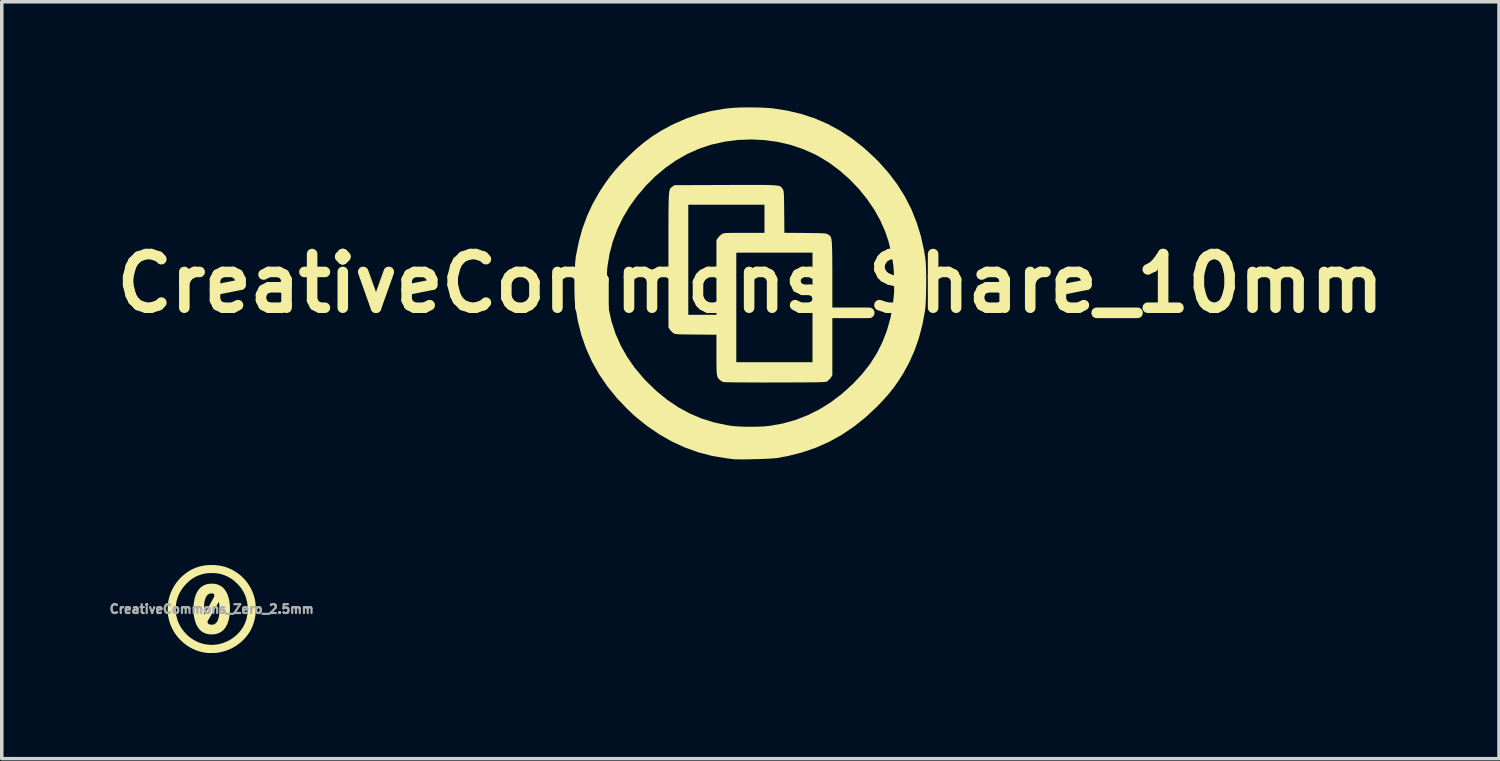
<source format=kicad_pcb>
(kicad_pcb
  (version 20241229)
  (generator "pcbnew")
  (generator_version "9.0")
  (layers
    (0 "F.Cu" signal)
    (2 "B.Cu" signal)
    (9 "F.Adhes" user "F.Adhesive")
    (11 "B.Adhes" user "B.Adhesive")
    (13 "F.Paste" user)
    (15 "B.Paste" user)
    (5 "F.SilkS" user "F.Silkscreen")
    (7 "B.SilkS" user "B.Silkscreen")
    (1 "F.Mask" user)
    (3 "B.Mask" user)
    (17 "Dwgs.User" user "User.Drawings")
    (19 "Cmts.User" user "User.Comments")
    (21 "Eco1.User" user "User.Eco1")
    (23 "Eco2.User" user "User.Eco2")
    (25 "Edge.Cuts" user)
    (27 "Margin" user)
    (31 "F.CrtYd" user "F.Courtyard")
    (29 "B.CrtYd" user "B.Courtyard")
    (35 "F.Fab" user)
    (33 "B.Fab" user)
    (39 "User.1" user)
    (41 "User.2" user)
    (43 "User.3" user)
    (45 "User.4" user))
  (footprint "CreativeCommons_Share_10mm"
    (layer "F.Cu")
    (at 18.259 4.999)
    (property "Reference" "CreativeCommons_Share_10mm" (at 0 0 0) (layer "F.SilkS") (effects (font (size 1.524 1.524) (thickness 0.3))))
    (attr board_only exclude_from_pos_files exclude_from_bom)
    (fp_poly (pts (xy 0.188 -2.798) (xy 0.338 -2.797) (xy 0.464 -2.796) (xy 0.567 -2.793) (xy 0.651 -2.789) (xy 0.718 -2.784) (xy 0.77 -2.778) (xy 0.809 -2.77) (xy 0.839 -2.76) (xy 0.861 -2.748) (xy 0.877 -2.734) (xy 0.891 -2.717) (xy 0.904 -2.698) (xy 0.914 -2.684) (xy 0.925 -2.668) (xy 0.934 -2.65) (xy 0.941 -2.626) (xy 0.946 -2.593) (xy 0.95 -2.547) (xy 0.953 -2.483) (xy 0.956 -2.398) (xy 0.957 -2.287) (xy 0.959 -2.147) (xy 0.96 -2.033) (xy 0.965 -1.438) (xy 1.56 -1.433) (xy 1.723 -1.431) (xy 1.853 -1.429) (xy 1.955 -1.428) (xy 2.033 -1.425) (xy 2.091 -1.422) (xy 2.132 -1.418) (xy 2.162 -1.412) (xy 2.183 -1.404) (xy 2.2 -1.395) (xy 2.211 -1.387) (xy 2.23 -1.374) (xy 2.246 -1.364) (xy 2.26 -1.352) (xy 2.272 -1.338) (xy 2.283 -1.319) (xy 2.293 -1.293) (xy 2.301 -1.258) (xy 2.307 -1.212) (xy 2.313 -1.153) (xy 2.317 -1.079) (xy 2.32 -0.987) (xy 2.323 -0.877) (xy 2.325 -0.745) (xy 2.326 -0.589) (xy 2.327 -0.408) (xy 2.327 -0.2) (xy 2.327 0.038) (xy 2.327 0.308) (xy 2.327 0.611) (xy 2.327 0.696) (xy 2.327 2.613) (xy 2.286 2.673) (xy 2.245 2.724) (xy 2.198 2.768) (xy 2.194 2.771) (xy 2.184 2.778) (xy 2.173 2.784) (xy 2.158 2.789) (xy 2.136 2.794) (xy 2.106 2.798) (xy 2.065 2.801) (xy 2.009 2.803) (xy 1.938 2.805) (xy 1.848 2.807) (xy 1.737 2.808) (xy 1.603 2.809) (xy 1.443 2.81) (xy 1.254 2.811) (xy 1.035 2.812) (xy 0.782 2.812) (xy 0.712 2.812) (xy 0.486 2.813) (xy 0.27 2.813) (xy 0.066 2.812) (xy -0.122 2.811) (xy -0.292 2.81) (xy -0.441 2.809) (xy -0.566 2.807) (xy -0.664 2.805) (xy -0.732 2.803) (xy -0.767 2.8) (xy -0.771 2.8) (xy -0.822 2.775) (xy -0.868 2.742) (xy -0.893 2.717) (xy -0.914 2.693) (xy -0.93 2.665) (xy -0.942 2.629) (xy -0.951 2.582) (xy -0.957 2.519) (xy -0.961 2.436) (xy -0.963 2.329) (xy -0.963 2.236) (xy -0.4 2.236) (xy 1.764 2.236) (xy 1.764 -0.873) (xy -0.4 -0.873) (xy -0.4 2.236) (xy -0.963 2.236) (xy -0.964 2.194) (xy -0.964 2.03) (xy -0.964 1.457) (xy -1.553 1.451) (xy -1.716 1.45) (xy -1.846 1.448) (xy -1.947 1.446) (xy -2.025 1.443) (xy -2.082 1.44) (xy -2.123 1.435) (xy -2.151 1.429) (xy -2.171 1.422) (xy -2.188 1.412) (xy -2.194 1.407) (xy -2.24 1.365) (xy -2.283 1.314) (xy -2.286 1.309) (xy -2.327 1.249) (xy -2.327 0.891) (xy -1.764 0.891) (xy -0.964 0.891) (xy -0.964 -1.231) (xy -0.922 -1.292) (xy -0.878 -1.345) (xy -0.824 -1.392) (xy -0.82 -1.395) (xy -0.802 -1.406) (xy -0.783 -1.416) (xy -0.76 -1.423) (xy -0.728 -1.428) (xy -0.682 -1.432) (xy -0.62 -1.434) (xy -0.536 -1.435) (xy -0.426 -1.436) (xy -0.288 -1.436) (xy -0.179 -1.436) (xy 0.4 -1.436) (xy 0.4 -2.236) (xy -1.764 -2.236) (xy -1.764 0.891) (xy -2.327 0.891) (xy -2.327 -0.668) (xy -2.327 -0.981) (xy -2.327 -1.259) (xy -2.327 -1.505) (xy -2.327 -1.721) (xy -2.326 -1.909) (xy -2.325 -2.071) (xy -2.323 -2.208) (xy -2.321 -2.324) (xy -2.318 -2.421) (xy -2.314 -2.499) (xy -2.309 -2.562) (xy -2.302 -2.611) (xy -2.295 -2.648) (xy -2.286 -2.676) (xy -2.275 -2.697) (xy -2.263 -2.712) (xy -2.249 -2.724) (xy -2.234 -2.735) (xy -2.216 -2.747) (xy -2.211 -2.75) (xy -2.155 -2.791) (xy -0.703 -2.796) (xy -0.432 -2.797) (xy -0.194 -2.797) (xy 0.011 -2.798)) (stroke (width 0) (type solid)) (fill yes) (layer "F.SilkS"))
    (fp_poly (pts (xy 0.034 -4.999) (xy 0.207 -4.996) (xy 0.372 -4.991) (xy 0.519 -4.982) (xy 0.636 -4.972) (xy 1.052 -4.907) (xy 1.449 -4.812) (xy 1.831 -4.686) (xy 2.197 -4.528) (xy 2.549 -4.337) (xy 2.889 -4.113) (xy 3.217 -3.855) (xy 3.536 -3.563) (xy 3.648 -3.45) (xy 3.927 -3.137) (xy 4.173 -2.81) (xy 4.387 -2.468) (xy 4.57 -2.11) (xy 4.721 -1.733) (xy 4.843 -1.338) (xy 4.934 -0.923) (xy 4.967 -0.718) (xy 4.977 -0.628) (xy 4.984 -0.509) (xy 4.989 -0.367) (xy 4.992 -0.208) (xy 4.993 -0.04) (xy 4.991 0.13) (xy 4.988 0.297) (xy 4.983 0.454) (xy 4.976 0.593) (xy 4.967 0.708) (xy 4.958 0.782) (xy 4.883 1.179) (xy 4.785 1.551) (xy 4.662 1.903) (xy 4.513 2.238) (xy 4.348 2.543) (xy 4.207 2.766) (xy 4.057 2.977) (xy 3.89 3.182) (xy 3.7 3.39) (xy 3.583 3.51) (xy 3.262 3.809) (xy 2.93 4.073) (xy 2.586 4.303) (xy 2.228 4.501) (xy 1.856 4.666) (xy 1.468 4.799) (xy 1.062 4.902) (xy 0.76 4.957) (xy 0.699 4.964) (xy 0.61 4.97) (xy 0.499 4.977) (xy 0.373 4.982) (xy 0.236 4.987) (xy 0.096 4.991) (xy -0.043 4.994) (xy -0.173 4.996) (xy -0.29 4.996) (xy -0.387 4.995) (xy -0.458 4.993) (xy -0.491 4.989) (xy -0.529 4.984) (xy -0.592 4.976) (xy -0.669 4.966) (xy -0.7 4.962) (xy -1.094 4.896) (xy -1.481 4.795) (xy -1.859 4.659) (xy -2.228 4.489) (xy -2.585 4.286) (xy -2.93 4.051) (xy -3.262 3.784) (xy -3.488 3.574) (xy -3.792 3.255) (xy -4.061 2.923) (xy -4.297 2.579) (xy -4.498 2.221) (xy -4.666 1.849) (xy -4.801 1.463) (xy -4.902 1.064) (xy -4.97 0.65) (xy -4.983 0.54) (xy -4.99 0.433) (xy -4.995 0.301) (xy -4.997 0.149) (xy -4.997 -0.013) (xy -4.996 -0.087) (xy -4.088 -0.087) (xy -4.078 0.288) (xy -4.074 0.336) (xy -4.024 0.717) (xy -3.943 1.08) (xy -3.83 1.428) (xy -3.683 1.761) (xy -3.503 2.081) (xy -3.29 2.389) (xy -3.042 2.685) (xy -2.947 2.786) (xy -2.658 3.064) (xy -2.358 3.307) (xy -2.048 3.516) (xy -1.724 3.692) (xy -1.388 3.835) (xy -1.036 3.945) (xy -0.668 4.024) (xy -0.531 4.045) (xy -0.411 4.057) (xy -0.263 4.065) (xy -0.1 4.07) (xy 0.07 4.07) (xy 0.237 4.066) (xy 0.39 4.059) (xy 0.52 4.047) (xy 0.54 4.045) (xy 0.913 3.979) (xy 1.274 3.879) (xy 1.621 3.745) (xy 1.957 3.578) (xy 2.281 3.376) (xy 2.593 3.14) (xy 2.894 2.869) (xy 2.928 2.836) (xy 3.181 2.564) (xy 3.401 2.282) (xy 3.588 1.987) (xy 3.744 1.678) (xy 3.872 1.352) (xy 3.88 1.327) (xy 3.978 0.977) (xy 4.045 0.615) (xy 4.081 0.246) (xy 4.086 -0.125) (xy 4.061 -0.494) (xy 4.005 -0.855) (xy 3.919 -1.205) (xy 3.826 -1.479) (xy 3.685 -1.797) (xy 3.511 -2.106) (xy 3.307 -2.404) (xy 3.077 -2.687) (xy 2.823 -2.952) (xy 2.55 -3.194) (xy 2.26 -3.412) (xy 1.956 -3.6) (xy 1.809 -3.677) (xy 1.476 -3.823) (xy 1.128 -3.938) (xy 0.768 -4.021) (xy 0.4 -4.071) (xy 0.027 -4.089) (xy -0.348 -4.075) (xy -0.722 -4.027) (xy -1.09 -3.946) (xy -1.135 -3.934) (xy -1.468 -3.822) (xy -1.793 -3.676) (xy -2.107 -3.497) (xy -2.408 -3.287) (xy -2.695 -3.047) (xy -2.964 -2.779) (xy -3.215 -2.484) (xy -3.429 -2.189) (xy -3.621 -1.869) (xy -3.781 -1.534) (xy -3.909 -1.185) (xy -4.003 -0.826) (xy -4.062 -0.459) (xy -4.088 -0.087) (xy -4.996 -0.087) (xy -4.994 -0.179) (xy -4.989 -0.342) (xy -4.981 -0.494) (xy -4.972 -0.627) (xy -4.961 -0.735) (xy -4.956 -0.771) (xy -4.876 -1.173) (xy -4.772 -1.551) (xy -4.641 -1.91) (xy -4.482 -2.254) (xy -4.293 -2.588) (xy -4.201 -2.731) (xy -4.099 -2.88) (xy -4.005 -3.01) (xy -3.911 -3.13) (xy -3.812 -3.248) (xy -3.7 -3.37) (xy -3.57 -3.504) (xy -3.501 -3.574) (xy -3.257 -3.806) (xy -3.016 -4.009) (xy -2.771 -4.188) (xy -2.514 -4.349) (xy -2.238 -4.497) (xy -2.173 -4.529) (xy -1.827 -4.681) (xy -1.479 -4.802) (xy -1.123 -4.894) (xy -0.75 -4.959) (xy -0.564 -4.981) (xy -0.446 -4.99) (xy -0.301 -4.996) (xy -0.138 -4.999)) (stroke (width 0) (type solid)) (fill yes) (layer "F.SilkS")))
  (footprint "CreativeCommons_Zero_2.5mm"
    (layer "F.Cu")
    (at 2.962 14.245)
    (property "Reference" "CreativeCommons_Zero_2.5mm" (at 0 0 0) (layer "F.Fab") (effects (font (size 0.25 0.25) (thickness 0.3))))
    (attr board_only exclude_from_pos_files exclude_from_bom)
    (fp_poly (pts (xy 0.044 -0.719) (xy 0.082 -0.716) (xy 0.116 -0.71) (xy 0.15 -0.702) (xy 0.18 -0.691) (xy 0.233 -0.668) (xy 0.281 -0.639) (xy 0.324 -0.603) (xy 0.364 -0.56) (xy 0.399 -0.511) (xy 0.429 -0.455) (xy 0.456 -0.394) (xy 0.478 -0.325) (xy 0.495 -0.251) (xy 0.509 -0.17) (xy 0.51 -0.158) (xy 0.513 -0.127) (xy 0.515 -0.091) (xy 0.516 -0.05) (xy 0.517 -0.007) (xy 0.517 0.036) (xy 0.516 0.078) (xy 0.514 0.116) (xy 0.511 0.149) (xy 0.51 0.158) (xy 0.498 0.239) (xy 0.481 0.313) (xy 0.461 0.381) (xy 0.436 0.443) (xy 0.406 0.498) (xy 0.393 0.519) (xy 0.357 0.568) (xy 0.317 0.609) (xy 0.274 0.644) (xy 0.226 0.672) (xy 0.174 0.693) (xy 0.118 0.709) (xy 0.111 0.711) (xy 0.078 0.716) (xy 0.041 0.719) (xy 0.002 0.721) (xy -0.035 0.72) (xy -0.057 0.719) (xy -0.117 0.71) (xy -0.174 0.694) (xy -0.226 0.672) (xy -0.274 0.643) (xy -0.318 0.608) (xy -0.358 0.567) (xy -0.394 0.518) (xy -0.425 0.464) (xy -0.452 0.403) (xy -0.46 0.379) (xy -0.119 0.379) (xy -0.112 0.397) (xy -0.098 0.414) (xy -0.088 0.421) (xy -0.07 0.432) (xy -0.051 0.439) (xy -0.031 0.443) (xy -0.007 0.444) (xy 0.006 0.444) (xy 0.026 0.443) (xy 0.04 0.441) (xy 0.052 0.439) (xy 0.065 0.434) (xy 0.072 0.431) (xy 0.1 0.414) (xy 0.126 0.391) (xy 0.149 0.364) (xy 0.156 0.352) (xy 0.169 0.327) (xy 0.181 0.295) (xy 0.192 0.26) (xy 0.202 0.222) (xy 0.207 0.195) (xy 0.211 0.166) (xy 0.214 0.131) (xy 0.217 0.091) (xy 0.218 0.048) (xy 0.219 0.004) (xy 0.218 -0.041) (xy 0.217 -0.084) (xy 0.215 -0.125) (xy 0.212 -0.161) (xy 0.208 -0.191) (xy 0.208 -0.193) (xy 0.207 -0.196) (xy 0.206 -0.198) (xy 0.205 -0.199) (xy 0.203 -0.197) (xy 0.2 -0.194) (xy 0.196 -0.188) (xy 0.19 -0.18) (xy 0.182 -0.168) (xy 0.173 -0.152) (xy 0.161 -0.132) (xy 0.146 -0.107) (xy 0.129 -0.078) (xy 0.109 -0.043) (xy 0.085 -0.002) (xy 0.058 0.045) (xy 0.051 0.057) (xy 0.026 0.099) (xy 0.003 0.139) (xy -0.019 0.177) (xy -0.039 0.213) (xy -0.058 0.245) (xy -0.074 0.273) (xy -0.088 0.297) (xy -0.099 0.316) (xy -0.106 0.329) (xy -0.11 0.336) (xy -0.111 0.337) (xy -0.119 0.359) (xy -0.119 0.379) (xy -0.46 0.379) (xy -0.475 0.336) (xy -0.493 0.263) (xy -0.507 0.184) (xy -0.51 0.156) (xy -0.513 0.123) (xy -0.516 0.084) (xy -0.517 0.041) (xy -0.517 0.035) (xy -0.217 0.035) (xy -0.217 0.065) (xy -0.217 0.092) (xy -0.216 0.116) (xy -0.215 0.134) (xy -0.214 0.146) (xy -0.214 0.15) (xy -0.21 0.162) (xy -0.203 0.15) (xy -0.2 0.145) (xy -0.194 0.133) (xy -0.184 0.116) (xy -0.172 0.094) (xy -0.157 0.067) (xy -0.141 0.036) (xy -0.122 0.002) (xy -0.102 -0.034) (xy -0.081 -0.073) (xy -0.073 -0.088) (xy -0.052 -0.127) (xy -0.031 -0.166) (xy -0.012 -0.201) (xy 0.006 -0.235) (xy 0.023 -0.265) (xy 0.036 -0.29) (xy 0.048 -0.311) (xy 0.056 -0.327) (xy 0.061 -0.337) (xy 0.062 -0.338) (xy 0.072 -0.362) (xy 0.075 -0.383) (xy 0.071 -0.403) (xy 0.062 -0.42) (xy 0.053 -0.431) (xy 0.044 -0.439) (xy 0.032 -0.443) (xy 0.016 -0.445) (xy -0.005 -0.445) (xy -0.012 -0.444) (xy -0.048 -0.439) (xy -0.08 -0.427) (xy -0.109 -0.408) (xy -0.134 -0.383) (xy -0.156 -0.351) (xy -0.175 -0.312) (xy -0.191 -0.265) (xy -0.204 -0.212) (xy -0.212 -0.17) (xy -0.213 -0.158) (xy -0.214 -0.14) (xy -0.215 -0.116) (xy -0.216 -0.089) (xy -0.216 -0.06) (xy -0.217 -0.028) (xy -0.217 0.004) (xy -0.217 0.035) (xy -0.517 0.035) (xy -0.517 -0.004) (xy -0.517 -0.048) (xy -0.515 -0.091) (xy -0.513 -0.129) (xy -0.51 -0.156) (xy -0.498 -0.237) (xy -0.481 -0.313) (xy -0.46 -0.382) (xy -0.435 -0.444) (xy -0.405 -0.501) (xy -0.371 -0.551) (xy -0.333 -0.595) (xy -0.29 -0.632) (xy -0.243 -0.663) (xy -0.192 -0.687) (xy -0.181 -0.691) (xy -0.147 -0.702) (xy -0.113 -0.711) (xy -0.079 -0.716) (xy -0.041 -0.719) (xy 0 -0.72)) (stroke (width 0) (type solid)) (fill yes) (layer "F.SilkS"))
    (fp_poly (pts (xy 0.059 -1.25) (xy 0.093 -1.248) (xy 0.122 -1.247) (xy 0.124 -1.246) (xy 0.217 -1.235) (xy 0.306 -1.217) (xy 0.392 -1.194) (xy 0.475 -1.163) (xy 0.557 -1.127) (xy 0.561 -1.125) (xy 0.646 -1.079) (xy 0.727 -1.026) (xy 0.803 -0.968) (xy 0.874 -0.904) (xy 0.94 -0.835) (xy 1.001 -0.762) (xy 1.055 -0.684) (xy 1.104 -0.602) (xy 1.146 -0.517) (xy 1.181 -0.428) (xy 1.209 -0.337) (xy 1.219 -0.297) (xy 1.227 -0.263) (xy 1.233 -0.233) (xy 1.237 -0.205) (xy 1.241 -0.178) (xy 1.244 -0.15) (xy 1.246 -0.12) (xy 1.247 -0.087) (xy 1.248 -0.049) (xy 1.248 -0.005) (xy 1.248 0) (xy 1.248 0.038) (xy 1.248 0.069) (xy 1.247 0.095) (xy 1.247 0.116) (xy 1.246 0.134) (xy 1.244 0.15) (xy 1.243 0.165) (xy 1.241 0.181) (xy 1.239 0.19) (xy 1.221 0.289) (xy 1.196 0.384) (xy 1.164 0.475) (xy 1.127 0.561) (xy 1.091 0.629) (xy 1.055 0.686) (xy 1.013 0.744) (xy 0.966 0.802) (xy 0.915 0.858) (xy 0.861 0.911) (xy 0.834 0.936) (xy 0.756 0.998) (xy 0.674 1.055) (xy 0.588 1.104) (xy 0.499 1.147) (xy 0.406 1.183) (xy 0.31 1.212) (xy 0.211 1.233) (xy 0.178 1.239) (xy 0.16 1.242) (xy 0.141 1.244) (xy 0.121 1.245) (xy 0.098 1.246) (xy 0.07 1.247) (xy 0.037 1.248) (xy 0.014 1.248) (xy -0.016 1.248) (xy -0.043 1.249) (xy -0.068 1.249) (xy -0.088 1.248) (xy -0.102 1.248) (xy -0.111 1.248) (xy -0.111 1.248) (xy -0.12 1.247) (xy -0.135 1.245) (xy -0.152 1.243) (xy -0.16 1.242) (xy -0.248 1.228) (xy -0.337 1.207) (xy -0.424 1.179) (xy -0.51 1.144) (xy -0.593 1.102) (xy -0.674 1.054) (xy -0.744 1.005) (xy -0.822 0.942) (xy -0.894 0.874) (xy -0.96 0.802) (xy -1.02 0.725) (xy -1.073 0.644) (xy -1.12 0.56) (xy -1.16 0.472) (xy -1.193 0.381) (xy -1.219 0.287) (xy -1.238 0.191) (xy -1.246 0.12) (xy -1.248 0.091) (xy -1.25 0.058) (xy -1.25 0.02) (xy -1.25 0.002) (xy -1.023 0.002) (xy -1.019 0.087) (xy -1.008 0.172) (xy -0.989 0.255) (xy -0.963 0.336) (xy -0.931 0.414) (xy -0.891 0.491) (xy -0.846 0.564) (xy -0.793 0.633) (xy -0.735 0.699) (xy -0.671 0.761) (xy -0.603 0.816) (xy -0.53 0.866) (xy -0.453 0.909) (xy -0.374 0.945) (xy -0.292 0.974) (xy -0.208 0.996) (xy -0.122 1.01) (xy -0.035 1.017) (xy 0.053 1.016) (xy 0.127 1.009) (xy 0.21 0.995) (xy 0.293 0.974) (xy 0.374 0.945) (xy 0.452 0.91) (xy 0.527 0.869) (xy 0.599 0.823) (xy 0.667 0.77) (xy 0.731 0.713) (xy 0.789 0.651) (xy 0.841 0.585) (xy 0.888 0.515) (xy 0.914 0.469) (xy 0.948 0.394) (xy 0.977 0.316) (xy 0.998 0.235) (xy 1.013 0.152) (xy 1.021 0.067) (xy 1.023 -0.018) (xy 1.018 -0.102) (xy 1.006 -0.187) (xy 0.988 -0.269) (xy 0.963 -0.35) (xy 0.931 -0.428) (xy 0.9 -0.49) (xy 0.868 -0.544) (xy 0.835 -0.594) (xy 0.798 -0.641) (xy 0.757 -0.687) (xy 0.723 -0.723) (xy 0.661 -0.781) (xy 0.598 -0.832) (xy 0.534 -0.876) (xy 0.467 -0.914) (xy 0.396 -0.946) (xy 0.324 -0.973) (xy 0.272 -0.989) (xy 0.222 -1.001) (xy 0.172 -1.01) (xy 0.121 -1.016) (xy 0.065 -1.02) (xy 0.004 -1.021) (xy 0 -1.021) (xy -0.065 -1.02) (xy -0.125 -1.016) (xy -0.181 -1.008) (xy -0.236 -0.998) (xy -0.291 -0.983) (xy -0.325 -0.972) (xy -0.398 -0.945) (xy -0.467 -0.912) (xy -0.533 -0.874) (xy -0.597 -0.829) (xy -0.659 -0.777) (xy -0.721 -0.718) (xy -0.725 -0.714) (xy -0.786 -0.646) (xy -0.841 -0.574) (xy -0.888 -0.499) (xy -0.929 -0.42) (xy -0.963 -0.339) (xy -0.989 -0.256) (xy -1.008 -0.17) (xy -1.019 -0.084) (xy -1.023 0.002) (xy -1.25 0.002) (xy -1.249 -0.021) (xy -1.248 -0.061) (xy -1.246 -0.1) (xy -1.244 -0.137) (xy -1.241 -0.168) (xy -1.239 -0.186) (xy -1.22 -0.283) (xy -1.193 -0.378) (xy -1.16 -0.47) (xy -1.119 -0.56) (xy -1.072 -0.645) (xy -1.018 -0.728) (xy -0.958 -0.806) (xy -0.891 -0.88) (xy -0.827 -0.941) (xy -0.753 -1.003) (xy -0.677 -1.058) (xy -0.6 -1.105) (xy -0.52 -1.145) (xy -0.436 -1.179) (xy -0.349 -1.207) (xy -0.258 -1.228) (xy -0.197 -1.239) (xy -0.171 -1.242) (xy -0.138 -1.245) (xy -0.101 -1.247) (xy -0.061 -1.249) (xy -0.02 -1.25) (xy 0.021 -1.25)) (stroke (width 0) (type solid)) (fill yes) (layer "F.SilkS")))
  (gr_rect
    (start -3 -3)
    (end 39.518 18.494)
    (stroke (width 0.1) (type default))
    (fill no)
    (layer "Edge.Cuts")))
</source>
